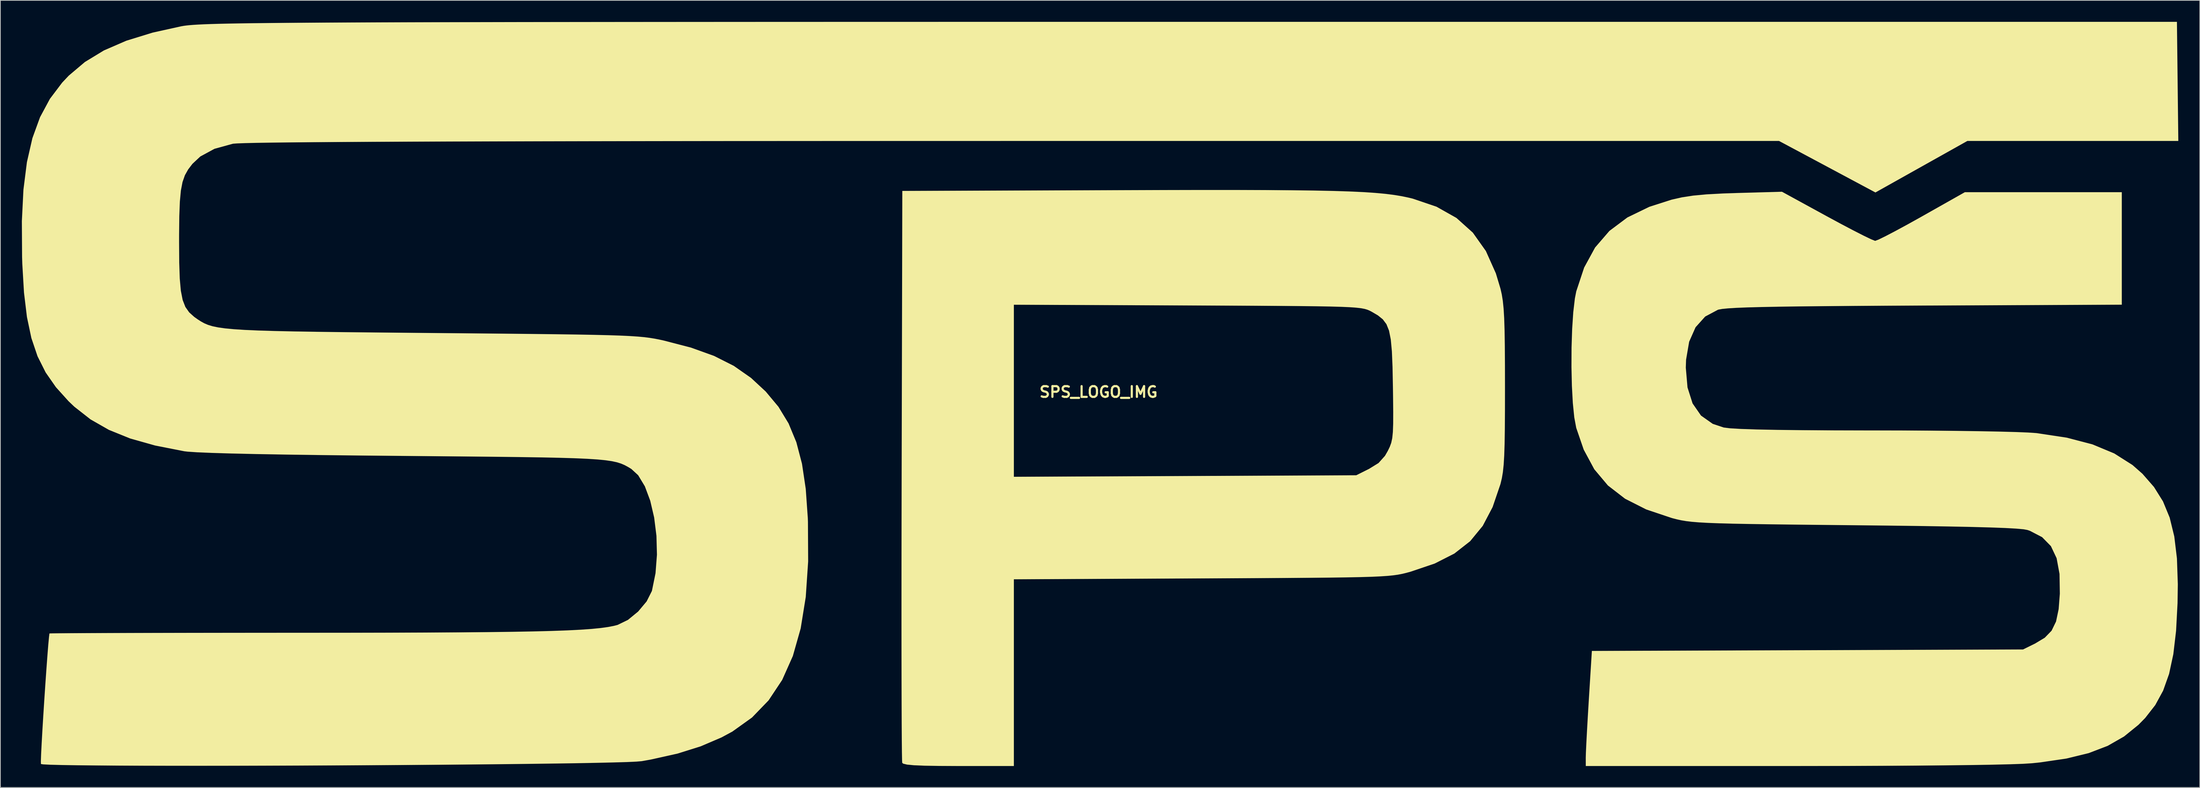
<source format=kicad_pcb>
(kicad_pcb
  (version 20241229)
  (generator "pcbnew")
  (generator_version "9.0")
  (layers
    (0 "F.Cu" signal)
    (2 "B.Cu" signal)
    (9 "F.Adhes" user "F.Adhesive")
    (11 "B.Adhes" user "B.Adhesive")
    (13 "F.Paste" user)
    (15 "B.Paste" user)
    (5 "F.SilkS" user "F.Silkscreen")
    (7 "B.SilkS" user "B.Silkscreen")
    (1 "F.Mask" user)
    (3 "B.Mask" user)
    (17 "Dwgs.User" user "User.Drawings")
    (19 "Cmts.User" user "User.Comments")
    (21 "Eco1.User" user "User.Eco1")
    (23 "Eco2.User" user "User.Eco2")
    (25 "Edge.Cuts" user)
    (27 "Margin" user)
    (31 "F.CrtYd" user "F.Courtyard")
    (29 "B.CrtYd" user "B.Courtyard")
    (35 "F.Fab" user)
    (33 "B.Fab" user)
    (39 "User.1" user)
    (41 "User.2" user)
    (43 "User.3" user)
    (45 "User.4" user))
  (footprint "SPS_LOGO_IMG"
    (layer "F.Cu")
    (at 150.183 51.694)
    (property "Reference" "SPS_LOGO_IMG" (at 0 0 0) (layer "F.SilkS") (effects (font (size 1.5 1.5) (thickness 0.3))))
    (attr board_only exclude_from_pos_files exclude_from_bom)
    (fp_poly (pts (xy 19.193 -28.213) (xy 23.307 -28.201) (xy 26.894 -28.175) (xy 30.002 -28.136) (xy 32.677 -28.08) (xy 34.967 -28.008) (xy 36.92 -27.918) (xy 38.582 -27.807) (xy 40.001 -27.676) (xy 41.223 -27.522) (xy 42.297 -27.344) (xy 43.268 -27.141) (xy 43.835 -27.003) (xy 47.151 -25.876) (xy 49.933 -24.306) (xy 52.216 -22.255) (xy 54.036 -19.688) (xy 55.43 -16.567) (xy 56.075 -14.421) (xy 56.255 -13.621) (xy 56.398 -12.727) (xy 56.508 -11.65) (xy 56.589 -10.299) (xy 56.644 -8.585) (xy 56.678 -6.416) (xy 56.696 -3.703) (xy 56.701 -0.715) (xy 56.697 2.533) (xy 56.68 5.157) (xy 56.647 7.244) (xy 56.594 8.885) (xy 56.515 10.169) (xy 56.408 11.187) (xy 56.267 12.028) (xy 56.088 12.782) (xy 56.062 12.879) (xy 54.976 16.07) (xy 53.597 18.696) (xy 51.844 20.834) (xy 49.639 22.56) (xy 46.902 23.953) (xy 43.553 25.088) (xy 43.466 25.113) (xy 42.911 25.263) (xy 42.369 25.394) (xy 41.787 25.506) (xy 41.111 25.602) (xy 40.287 25.683) (xy 39.262 25.75) (xy 37.982 25.806) (xy 36.393 25.852) (xy 34.443 25.89) (xy 32.076 25.922) (xy 29.24 25.949) (xy 25.88 25.972) (xy 21.944 25.995) (xy 17.377 26.017) (xy 14.399 26.031) (xy -11.806 26.154) (xy -11.806 39.192) (xy -11.806 52.231) (xy -19.508 52.231) (xy -22.213 52.22) (xy -24.27 52.186) (xy -25.748 52.125) (xy -26.715 52.031) (xy -27.239 51.903) (xy -27.382 51.784) (xy -27.403 51.373) (xy -27.423 50.294) (xy -27.44 48.591) (xy -27.454 46.311) (xy -27.465 43.5) (xy -27.474 40.204) (xy -27.48 36.47) (xy -27.483 32.343) (xy -27.482 27.87) (xy -27.479 23.097) (xy -27.472 18.069) (xy -27.462 12.834) (xy -27.46 11.627) (xy -27.404 -12.187) (xy -11.806 -12.187) (xy -11.806 -0.174) (xy -11.806 11.839) (xy 12.074 11.733) (xy 35.954 11.627) (xy 37.742 10.732) (xy 39.061 9.918) (xy 39.957 8.917) (xy 40.353 8.228) (xy 40.63 7.655) (xy 40.834 7.097) (xy 40.975 6.443) (xy 41.062 5.58) (xy 41.104 4.395) (xy 41.109 2.776) (xy 41.087 0.611) (xy 41.068 -0.715) (xy 41.014 -3.507) (xy 40.924 -5.681) (xy 40.771 -7.335) (xy 40.526 -8.567) (xy 40.163 -9.473) (xy 39.654 -10.153) (xy 38.971 -10.703) (xy 38.1 -11.214) (xy 37.808 -11.365) (xy 37.499 -11.495) (xy 37.121 -11.606) (xy 36.619 -11.7) (xy 35.941 -11.778) (xy 35.033 -11.843) (xy 33.842 -11.896) (xy 32.316 -11.938) (xy 30.4 -11.972) (xy 28.043 -12) (xy 25.189 -12.023) (xy 21.788 -12.044) (xy 17.784 -12.063) (xy 13.125 -12.083) (xy 12.432 -12.086) (xy -11.806 -12.187) (xy -27.404 -12.187) (xy -27.368 -28.083) (xy 3.22 -28.188) (xy 9.197 -28.205) (xy 14.505 -28.214)) (stroke (width 0) (type solid)) (fill yes) (layer "F.SilkS"))
    (fp_poly (pts (xy 101.6 -24.54) (xy 103.54 -23.491) (xy 105.285 -22.571) (xy 106.731 -21.833) (xy 107.774 -21.33) (xy 108.312 -21.115) (xy 108.344 -21.11) (xy 108.793 -21.279) (xy 109.758 -21.749) (xy 111.134 -22.468) (xy 112.816 -23.379) (xy 114.7 -24.428) (xy 114.837 -24.506) (xy 120.847 -27.904) (xy 131.794 -27.904) (xy 142.741 -27.904) (xy 142.741 -20.048) (xy 142.741 -12.193) (xy 115.284 -12.074) (xy 109.934 -12.049) (xy 105.258 -12.021) (xy 101.213 -11.989) (xy 97.758 -11.954) (xy 94.849 -11.913) (xy 92.444 -11.867) (xy 90.502 -11.814) (xy 88.981 -11.753) (xy 87.837 -11.683) (xy 87.03 -11.605) (xy 86.517 -11.516) (xy 86.4 -11.483) (xy 84.627 -10.538) (xy 83.285 -9.041) (xy 82.391 -7.022) (xy 81.962 -4.513) (xy 81.924 -3.399) (xy 82.161 -0.638) (xy 82.869 1.594) (xy 84.044 3.292) (xy 85.684 4.449) (xy 87.218 4.96) (xy 88.083 5.067) (xy 89.607 5.157) (xy 91.8 5.231) (xy 94.671 5.289) (xy 98.23 5.33) (xy 102.484 5.356) (xy 107.444 5.366) (xy 108.25 5.366) (xy 112.222 5.373) (xy 116.016 5.394) (xy 119.557 5.427) (xy 122.768 5.472) (xy 125.573 5.526) (xy 127.897 5.588) (xy 129.664 5.658) (xy 130.797 5.734) (xy 130.86 5.741) (xy 135.056 6.374) (xy 138.649 7.314) (xy 141.69 8.581) (xy 144.232 10.195) (xy 145.627 11.424) (xy 147.229 13.262) (xy 148.486 15.272) (xy 149.422 17.544) (xy 150.063 20.171) (xy 150.433 23.242) (xy 150.556 26.849) (xy 150.517 29.48) (xy 150.313 33.348) (xy 149.93 36.61) (xy 149.339 39.364) (xy 148.508 41.703) (xy 147.408 43.723) (xy 146.006 45.52) (xy 145.067 46.475) (xy 143.055 48.107) (xy 140.775 49.413) (xy 138.127 50.428) (xy 135.014 51.188) (xy 131.333 51.729) (xy 130.166 51.848) (xy 129.021 51.92) (xy 127.201 51.985) (xy 124.748 52.044) (xy 121.703 52.095) (xy 118.107 52.139) (xy 114.002 52.175) (xy 109.427 52.202) (xy 104.426 52.22) (xy 99.038 52.229) (xy 97.039 52.23) (xy 67.972 52.231) (xy 67.968 51.068) (xy 67.989 50.35) (xy 68.049 49.053) (xy 68.141 47.312) (xy 68.258 45.261) (xy 68.392 43.036) (xy 68.392 43.032) (xy 68.821 36.159) (xy 98.894 36.056) (xy 128.968 35.954) (xy 130.653 35.123) (xy 131.996 34.314) (xy 132.945 33.335) (xy 133.569 32.05) (xy 133.932 30.324) (xy 134.098 28.163) (xy 134.053 25.4) (xy 133.648 23.207) (xy 132.85 21.52) (xy 131.626 20.271) (xy 129.941 19.394) (xy 129.583 19.27) (xy 129.035 19.169) (xy 128.013 19.078) (xy 126.488 18.993) (xy 124.427 18.916) (xy 121.801 18.845) (xy 118.579 18.779) (xy 114.73 18.717) (xy 110.224 18.658) (xy 105.535 18.607) (xy 100.93 18.56) (xy 96.981 18.517) (xy 93.631 18.475) (xy 90.82 18.433) (xy 88.49 18.388) (xy 86.582 18.337) (xy 85.038 18.279) (xy 83.798 18.211) (xy 82.804 18.13) (xy 81.998 18.035) (xy 81.321 17.923) (xy 80.713 17.791) (xy 80.117 17.638) (xy 79.956 17.594) (xy 76.399 16.399) (xy 73.454 14.906) (xy 71.06 13.055) (xy 69.157 10.79) (xy 67.684 8.053) (xy 66.639 5.008) (xy 66.366 3.547) (xy 66.164 1.535) (xy 66.033 -0.867) (xy 65.974 -3.497) (xy 65.986 -6.193) (xy 66.07 -8.795) (xy 66.225 -11.142) (xy 66.451 -13.072) (xy 66.645 -14.064) (xy 67.744 -17.381) (xy 69.268 -20.176) (xy 71.263 -22.493) (xy 73.773 -24.375) (xy 76.844 -25.866) (xy 79.956 -26.864) (xy 81.373 -27.185) (xy 82.935 -27.426) (xy 84.795 -27.601) (xy 87.109 -27.726) (xy 89.079 -27.792) (xy 95.339 -27.967)) (stroke (width 0) (type solid)) (fill yes) (layer "F.SilkS"))
    (fp_poly (pts (xy 150.528 -43.377) (xy 150.624 -35.059) (xy 135.91 -35.059) (xy 121.196 -35.059) (xy 114.785 -31.463) (xy 108.375 -27.866) (xy 101.653 -31.463) (xy 94.93 -35.059) (xy -11.855 -35.059) (xy -23.333 -35.058) (xy -34.108 -35.055) (xy -44.189 -35.051) (xy -53.59 -35.044) (xy -62.322 -35.035) (xy -70.395 -35.024) (xy -77.822 -35.011) (xy -84.614 -34.996) (xy -90.782 -34.979) (xy -96.339 -34.959) (xy -101.295 -34.937) (xy -105.662 -34.913) (xy -109.451 -34.887) (xy -112.675 -34.858) (xy -115.344 -34.827) (xy -117.47 -34.793) (xy -119.065 -34.756) (xy -120.14 -34.717) (xy -120.706 -34.676) (xy -120.752 -34.669) (xy -123.317 -33.962) (xy -125.293 -32.89) (xy -126.388 -31.864) (xy -126.984 -31.084) (xy -127.44 -30.272) (xy -127.773 -29.32) (xy -128.003 -28.12) (xy -128.146 -26.564) (xy -128.223 -24.545) (xy -128.251 -21.956) (xy -128.252 -20.928) (xy -128.233 -18.084) (xy -128.159 -15.855) (xy -128.007 -14.144) (xy -127.753 -12.85) (xy -127.373 -11.875) (xy -126.842 -11.12) (xy -126.137 -10.486) (xy -125.644 -10.137) (xy -125.197 -9.85) (xy -124.74 -9.598) (xy -124.227 -9.379) (xy -123.607 -9.189) (xy -122.834 -9.027) (xy -121.857 -8.888) (xy -120.63 -8.771) (xy -119.104 -8.672) (xy -117.23 -8.589) (xy -114.959 -8.52) (xy -112.245 -8.46) (xy -109.037 -8.407) (xy -105.288 -8.36) (xy -100.95 -8.314) (xy -95.973 -8.267) (xy -92.656 -8.237) (xy -87.467 -8.19) (xy -82.941 -8.148) (xy -79.025 -8.107) (xy -75.668 -8.068) (xy -72.817 -8.027) (xy -70.42 -7.983) (xy -68.424 -7.935) (xy -66.776 -7.881) (xy -65.425 -7.818) (xy -64.319 -7.746) (xy -63.404 -7.663) (xy -62.628 -7.566) (xy -61.94 -7.455) (xy -61.286 -7.327) (xy -60.65 -7.189) (xy -56.842 -6.199) (xy -53.622 -5.039) (xy -50.871 -3.649) (xy -48.47 -1.969) (xy -46.416 -0.062) (xy -44.646 2.062) (xy -43.234 4.387) (xy -42.149 7.01) (xy -41.36 10.024) (xy -40.838 13.525) (xy -40.55 17.606) (xy -40.531 18.103) (xy -40.502 23.66) (xy -40.836 28.622) (xy -41.544 33.015) (xy -42.636 36.868) (xy -44.123 40.207) (xy -46.017 43.06) (xy -48.329 45.454) (xy -51.069 47.417) (xy -52.589 48.238) (xy -55.497 49.483) (xy -58.718 50.494) (xy -62.421 51.321) (xy -63.734 51.555) (xy -64.438 51.616) (xy -65.776 51.676) (xy -67.696 51.733) (xy -70.144 51.789) (xy -73.064 51.842) (xy -76.403 51.892) (xy -80.106 51.94) (xy -84.12 51.984) (xy -88.389 52.025) (xy -92.859 52.062) (xy -97.478 52.095) (xy -102.189 52.124) (xy -106.938 52.149) (xy -111.673 52.169) (xy -116.337 52.183) (xy -120.878 52.193) (xy -125.24 52.197) (xy -129.37 52.195) (xy -133.213 52.188) (xy -136.714 52.174) (xy -139.821 52.153) (xy -142.477 52.126) (xy -144.63 52.092) (xy -146.225 52.05) (xy -147.207 52.001) (xy -147.523 51.95) (xy -147.532 51.557) (xy -147.497 50.567) (xy -147.423 49.098) (xy -147.32 47.268) (xy -147.194 45.193) (xy -147.053 42.991) (xy -146.905 40.779) (xy -146.757 38.674) (xy -146.618 36.793) (xy -146.495 35.255) (xy -146.394 34.176) (xy -146.335 33.718) (xy -145.983 33.705) (xy -144.964 33.693) (xy -143.326 33.681) (xy -141.119 33.67) (xy -138.389 33.66) (xy -135.187 33.65) (xy -131.56 33.642) (xy -127.557 33.635) (xy -123.226 33.63) (xy -118.615 33.626) (xy -113.774 33.623) (xy -111.349 33.622) (xy -104.879 33.619) (xy -99.084 33.609) (xy -93.925 33.592) (xy -89.36 33.567) (xy -85.35 33.533) (xy -81.855 33.489) (xy -78.834 33.434) (xy -76.247 33.367) (xy -74.054 33.287) (xy -72.215 33.193) (xy -70.689 33.084) (xy -69.437 32.959) (xy -68.418 32.817) (xy -67.592 32.657) (xy -67.079 32.525) (xy -65.639 31.825) (xy -64.219 30.659) (xy -63.036 29.247) (xy -62.309 27.806) (xy -62.285 27.724) (xy -61.793 25.309) (xy -61.594 22.72) (xy -61.664 20.085) (xy -61.983 17.531) (xy -62.529 15.184) (xy -63.28 13.172) (xy -64.215 11.622) (xy -65.175 10.739) (xy -65.641 10.458) (xy -66.095 10.213) (xy -66.587 10) (xy -67.166 9.817) (xy -67.884 9.661) (xy -68.788 9.529) (xy -69.929 9.418) (xy -71.356 9.326) (xy -73.12 9.249) (xy -75.269 9.185) (xy -77.854 9.131) (xy -80.925 9.084) (xy -84.53 9.041) (xy -88.719 9) (xy -93.544 8.957) (xy -96.949 8.928) (xy -103.078 8.87) (xy -108.547 8.807) (xy -113.347 8.739) (xy -117.471 8.667) (xy -120.913 8.589) (xy -123.666 8.507) (xy -125.721 8.42) (xy -127.072 8.33) (xy -127.537 8.274) (xy -131.607 7.471) (xy -135.075 6.491) (xy -138.04 5.29) (xy -140.604 3.825) (xy -142.866 2.052) (xy -143.668 1.288) (xy -145.434 -0.673) (xy -146.866 -2.732) (xy -147.996 -4.987) (xy -148.856 -7.533) (xy -149.475 -10.468) (xy -149.887 -13.89) (xy -150.122 -17.896) (xy -150.153 -18.857) (xy -150.183 -23.864) (xy -149.964 -28.257) (xy -149.479 -32.099) (xy -148.713 -35.452) (xy -147.648 -38.379) (xy -146.271 -40.942) (xy -144.563 -43.204) (xy -143.641 -44.182) (xy -141.39 -46.086) (xy -138.738 -47.7) (xy -135.609 -49.058) (xy -131.929 -50.192) (xy -127.943 -51.075) (xy -127.632 -51.129) (xy -127.266 -51.179) (xy -126.822 -51.226) (xy -126.28 -51.27) (xy -125.616 -51.311) (xy -124.812 -51.35) (xy -123.843 -51.386) (xy -122.69 -51.419) (xy -121.331 -51.45) (xy -119.744 -51.478) (xy -117.909 -51.504) (xy -115.802 -51.528) (xy -113.403 -51.55) (xy -110.691 -51.57) (xy -107.644 -51.588) (xy -104.241 -51.604) (xy -100.459 -51.619) (xy -96.278 -51.632) (xy -91.677 -51.643) (xy -86.633 -51.653) (xy -81.125 -51.662) (xy -75.132 -51.669) (xy -68.632 -51.675) (xy -61.605 -51.68) (xy -54.027 -51.684) (xy -45.879 -51.688) (xy -37.138 -51.69) (xy -27.783 -51.692) (xy -17.792 -51.693) (xy -7.145 -51.694) (xy 4.181 -51.694) (xy 12.879 -51.694) (xy 150.432 -51.694)) (stroke (width 0) (type solid)) (fill yes) (layer "F.SilkS")))
  (gr_rect
    (start -3 -3)
    (end 303.807 106.925)
    (stroke (width 0.1) (type default))
    (fill no)
    (layer "Edge.Cuts")))
</source>
